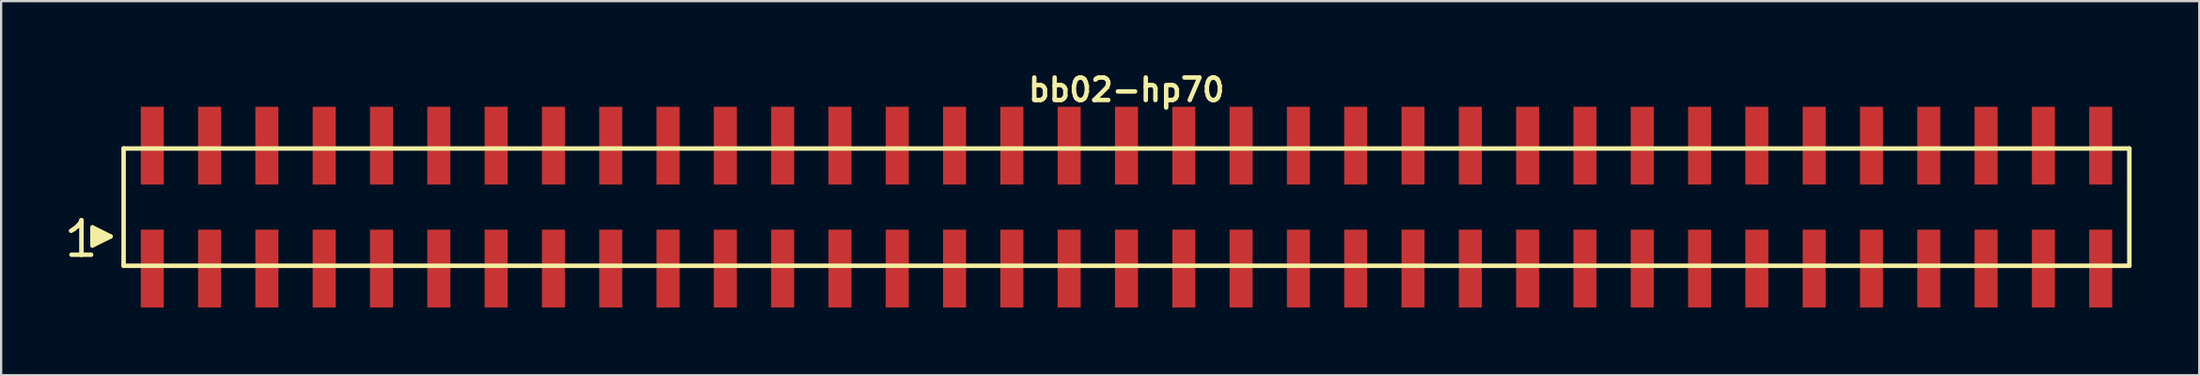
<source format=kicad_pcb>
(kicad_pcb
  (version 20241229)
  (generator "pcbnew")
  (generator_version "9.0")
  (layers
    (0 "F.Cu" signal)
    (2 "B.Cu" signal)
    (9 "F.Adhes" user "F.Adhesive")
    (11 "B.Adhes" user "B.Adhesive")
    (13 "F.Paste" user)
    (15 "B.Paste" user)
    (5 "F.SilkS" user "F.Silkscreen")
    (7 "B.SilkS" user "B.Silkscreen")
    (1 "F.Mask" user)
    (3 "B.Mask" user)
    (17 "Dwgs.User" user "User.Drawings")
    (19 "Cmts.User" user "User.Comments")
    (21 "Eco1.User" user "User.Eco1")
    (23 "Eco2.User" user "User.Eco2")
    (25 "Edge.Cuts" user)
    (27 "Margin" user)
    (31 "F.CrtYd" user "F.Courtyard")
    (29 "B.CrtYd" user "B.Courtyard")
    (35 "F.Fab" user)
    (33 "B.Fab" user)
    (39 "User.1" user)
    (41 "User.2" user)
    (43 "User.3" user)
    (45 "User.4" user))
  (footprint "bb02-hp70"
    (layer "F.Cu")
    (at 46.879 6.132)
    (property "Reference" "bb02-hp70" (at 0 -5.2 0) (layer "F.SilkS") (effects (font (size 0.998 0.998) (thickness 0.198))))
    (attr smd)
    (fp_line (start -46.78 1.05) (end -46.65 0.97) (stroke (width 0.198) (type solid)) (layer "F.SilkS"))
    (fp_line (start -46.65 0.97) (end -46.49 0.84) (stroke (width 0.198) (type solid)) (layer "F.SilkS"))
    (fp_line (start -46.49 0.84) (end -46.35 0.67) (stroke (width 0.198) (type solid)) (layer "F.SilkS"))
    (fp_line (start -46.35 0.67) (end -46.32 0.58) (stroke (width 0.198) (type solid)) (layer "F.SilkS"))
    (fp_line (start -46.32 0.58) (end -46.32 2.11) (stroke (width 0.198) (type solid)) (layer "F.SilkS"))
    (fp_line (start -46.32 2.11) (end -46.76 2.11) (stroke (width 0.198) (type solid)) (layer "F.SilkS"))
    (fp_line (start -45.89 2.11) (end -46.33 2.11) (stroke (width 0.198) (type solid)) (layer "F.SilkS"))
    (fp_line (start -45.83 0.9) (end -45.03 1.3) (stroke (width 0.198) (type solid)) (layer "F.SilkS"))
    (fp_line (start -45.83 1.7) (end -45.83 0.9) (stroke (width 0.198) (type solid)) (layer "F.SilkS"))
    (fp_line (start -45.73 1.6) (end -45.73 1) (stroke (width 0.198) (type solid)) (layer "F.SilkS"))
    (fp_line (start -45.63 1.1) (end -45.63 1.5) (stroke (width 0.198) (type solid)) (layer "F.SilkS"))
    (fp_line (start -45.53 1.5) (end -45.53 1.1) (stroke (width 0.198) (type solid)) (layer "F.SilkS"))
    (fp_line (start -45.43 1.2) (end -45.43 1.4) (stroke (width 0.198) (type solid)) (layer "F.SilkS"))
    (fp_line (start -45.33 1.4) (end -45.33 1.2) (stroke (width 0.198) (type solid)) (layer "F.SilkS"))
    (fp_line (start -45.03 1.3) (end -45.83 1.7) (stroke (width 0.198) (type solid)) (layer "F.SilkS"))
    (fp_line (start -44.45 -2.6) (end -44.45 2.6) (stroke (width 0.198) (type solid)) (layer "F.SilkS"))
    (fp_line (start -44.45 -2.6) (end 44.45 -2.6) (stroke (width 0.198) (type solid)) (layer "F.SilkS"))
    (fp_line (start 44.45 2.6) (end -44.45 2.6) (stroke (width 0.198) (type solid)) (layer "F.SilkS"))
    (fp_line (start 44.45 2.6) (end 44.45 -2.6) (stroke (width 0.198) (type solid)) (layer "F.SilkS"))
    (pad "1" smd rect (at -43.18 2.725) (size 1.02 3.45) (layers "F.Cu" "F.Mask" "F.Paste"))
    (pad "2" smd rect (at -43.18 -2.725) (size 1.02 3.45) (layers "F.Cu" "F.Mask" "F.Paste"))
    (pad "3" smd rect (at -40.64 2.725) (size 1.02 3.45) (layers "F.Cu" "F.Mask" "F.Paste"))
    (pad "4" smd rect (at -40.64 -2.725) (size 1.02 3.45) (layers "F.Cu" "F.Mask" "F.Paste"))
    (pad "5" smd rect (at -38.1 2.725) (size 1.02 3.45) (layers "F.Cu" "F.Mask" "F.Paste"))
    (pad "6" smd rect (at -38.1 -2.725) (size 1.02 3.45) (layers "F.Cu" "F.Mask" "F.Paste"))
    (pad "7" smd rect (at -35.56 2.725) (size 1.02 3.45) (layers "F.Cu" "F.Mask" "F.Paste"))
    (pad "8" smd rect (at -35.56 -2.725) (size 1.02 3.45) (layers "F.Cu" "F.Mask" "F.Paste"))
    (pad "9" smd rect (at -33.02 2.725) (size 1.02 3.45) (layers "F.Cu" "F.Mask" "F.Paste"))
    (pad "10" smd rect (at -33.02 -2.725) (size 1.02 3.45) (layers "F.Cu" "F.Mask" "F.Paste"))
    (pad "11" smd rect (at -30.48 2.725) (size 1.02 3.45) (layers "F.Cu" "F.Mask" "F.Paste"))
    (pad "12" smd rect (at -30.48 -2.725) (size 1.02 3.45) (layers "F.Cu" "F.Mask" "F.Paste"))
    (pad "13" smd rect (at -27.94 2.725) (size 1.02 3.45) (layers "F.Cu" "F.Mask" "F.Paste"))
    (pad "14" smd rect (at -27.94 -2.725) (size 1.02 3.45) (layers "F.Cu" "F.Mask" "F.Paste"))
    (pad "15" smd rect (at -25.4 2.725) (size 1.02 3.45) (layers "F.Cu" "F.Mask" "F.Paste"))
    (pad "16" smd rect (at -25.4 -2.725) (size 1.02 3.45) (layers "F.Cu" "F.Mask" "F.Paste"))
    (pad "17" smd rect (at -22.86 2.725) (size 1.02 3.45) (layers "F.Cu" "F.Mask" "F.Paste"))
    (pad "18" smd rect (at -22.86 -2.725) (size 1.02 3.45) (layers "F.Cu" "F.Mask" "F.Paste"))
    (pad "19" smd rect (at -20.32 2.725) (size 1.02 3.45) (layers "F.Cu" "F.Mask" "F.Paste"))
    (pad "20" smd rect (at -20.32 -2.725) (size 1.02 3.45) (layers "F.Cu" "F.Mask" "F.Paste"))
    (pad "21" smd rect (at -17.78 2.725) (size 1.02 3.45) (layers "F.Cu" "F.Mask" "F.Paste"))
    (pad "22" smd rect (at -17.78 -2.725) (size 1.02 3.45) (layers "F.Cu" "F.Mask" "F.Paste"))
    (pad "23" smd rect (at -15.24 2.725) (size 1.02 3.45) (layers "F.Cu" "F.Mask" "F.Paste"))
    (pad "24" smd rect (at -15.24 -2.725) (size 1.02 3.45) (layers "F.Cu" "F.Mask" "F.Paste"))
    (pad "25" smd rect (at -12.7 2.725) (size 1.02 3.45) (layers "F.Cu" "F.Mask" "F.Paste"))
    (pad "26" smd rect (at -12.7 -2.725) (size 1.02 3.45) (layers "F.Cu" "F.Mask" "F.Paste"))
    (pad "27" smd rect (at -10.16 2.725) (size 1.02 3.45) (layers "F.Cu" "F.Mask" "F.Paste"))
    (pad "28" smd rect (at -10.16 -2.725) (size 1.02 3.45) (layers "F.Cu" "F.Mask" "F.Paste"))
    (pad "29" smd rect (at -7.62 2.725) (size 1.02 3.45) (layers "F.Cu" "F.Mask" "F.Paste"))
    (pad "30" smd rect (at -7.62 -2.725) (size 1.02 3.45) (layers "F.Cu" "F.Mask" "F.Paste"))
    (pad "31" smd rect (at -5.08 2.725) (size 1.02 3.45) (layers "F.Cu" "F.Mask" "F.Paste"))
    (pad "32" smd rect (at -5.08 -2.725) (size 1.02 3.45) (layers "F.Cu" "F.Mask" "F.Paste"))
    (pad "33" smd rect (at -2.54 2.725) (size 1.02 3.45) (layers "F.Cu" "F.Mask" "F.Paste"))
    (pad "34" smd rect (at -2.54 -2.725) (size 1.02 3.45) (layers "F.Cu" "F.Mask" "F.Paste"))
    (pad "35" smd rect (at 0 2.725) (size 1.02 3.45) (layers "F.Cu" "F.Mask" "F.Paste"))
    (pad "36" smd rect (at 0 -2.725) (size 1.02 3.45) (layers "F.Cu" "F.Mask" "F.Paste"))
    (pad "37" smd rect (at 2.54 2.725) (size 1.02 3.45) (layers "F.Cu" "F.Mask" "F.Paste"))
    (pad "38" smd rect (at 2.54 -2.725) (size 1.02 3.45) (layers "F.Cu" "F.Mask" "F.Paste"))
    (pad "39" smd rect (at 5.08 2.725) (size 1.02 3.45) (layers "F.Cu" "F.Mask" "F.Paste"))
    (pad "40" smd rect (at 5.08 -2.725) (size 1.02 3.45) (layers "F.Cu" "F.Mask" "F.Paste"))
    (pad "41" smd rect (at 7.62 2.725) (size 1.02 3.45) (layers "F.Cu" "F.Mask" "F.Paste"))
    (pad "42" smd rect (at 7.62 -2.725) (size 1.02 3.45) (layers "F.Cu" "F.Mask" "F.Paste"))
    (pad "43" smd rect (at 10.16 2.725) (size 1.02 3.45) (layers "F.Cu" "F.Mask" "F.Paste"))
    (pad "44" smd rect (at 10.16 -2.725) (size 1.02 3.45) (layers "F.Cu" "F.Mask" "F.Paste"))
    (pad "45" smd rect (at 12.7 2.725) (size 1.02 3.45) (layers "F.Cu" "F.Mask" "F.Paste"))
    (pad "46" smd rect (at 12.7 -2.725) (size 1.02 3.45) (layers "F.Cu" "F.Mask" "F.Paste"))
    (pad "47" smd rect (at 15.24 2.725) (size 1.02 3.45) (layers "F.Cu" "F.Mask" "F.Paste"))
    (pad "48" smd rect (at 15.24 -2.725) (size 1.02 3.45) (layers "F.Cu" "F.Mask" "F.Paste"))
    (pad "49" smd rect (at 17.78 2.725) (size 1.02 3.45) (layers "F.Cu" "F.Mask" "F.Paste"))
    (pad "50" smd rect (at 17.78 -2.725) (size 1.02 3.45) (layers "F.Cu" "F.Mask" "F.Paste"))
    (pad "51" smd rect (at 20.32 2.725) (size 1.02 3.45) (layers "F.Cu" "F.Mask" "F.Paste"))
    (pad "52" smd rect (at 20.32 -2.725) (size 1.02 3.45) (layers "F.Cu" "F.Mask" "F.Paste"))
    (pad "53" smd rect (at 22.86 2.725) (size 1.02 3.45) (layers "F.Cu" "F.Mask" "F.Paste"))
    (pad "54" smd rect (at 22.86 -2.725) (size 1.02 3.45) (layers "F.Cu" "F.Mask" "F.Paste"))
    (pad "55" smd rect (at 25.4 2.725) (size 1.02 3.45) (layers "F.Cu" "F.Mask" "F.Paste"))
    (pad "56" smd rect (at 25.4 -2.725) (size 1.02 3.45) (layers "F.Cu" "F.Mask" "F.Paste"))
    (pad "57" smd rect (at 27.94 2.725) (size 1.02 3.45) (layers "F.Cu" "F.Mask" "F.Paste"))
    (pad "58" smd rect (at 27.94 -2.725) (size 1.02 3.45) (layers "F.Cu" "F.Mask" "F.Paste"))
    (pad "59" smd rect (at 30.48 2.725) (size 1.02 3.45) (layers "F.Cu" "F.Mask" "F.Paste"))
    (pad "60" smd rect (at 30.48 -2.725) (size 1.02 3.45) (layers "F.Cu" "F.Mask" "F.Paste"))
    (pad "61" smd rect (at 33.02 2.725) (size 1.02 3.45) (layers "F.Cu" "F.Mask" "F.Paste"))
    (pad "62" smd rect (at 33.02 -2.725) (size 1.02 3.45) (layers "F.Cu" "F.Mask" "F.Paste"))
    (pad "63" smd rect (at 35.56 2.725) (size 1.02 3.45) (layers "F.Cu" "F.Mask" "F.Paste"))
    (pad "64" smd rect (at 35.56 -2.725) (size 1.02 3.45) (layers "F.Cu" "F.Mask" "F.Paste"))
    (pad "65" smd rect (at 38.1 2.725) (size 1.02 3.45) (layers "F.Cu" "F.Mask" "F.Paste"))
    (pad "66" smd rect (at 38.1 -2.725) (size 1.02 3.45) (layers "F.Cu" "F.Mask" "F.Paste"))
    (pad "67" smd rect (at 40.64 2.725) (size 1.02 3.45) (layers "F.Cu" "F.Mask" "F.Paste"))
    (pad "68" smd rect (at 40.64 -2.725) (size 1.02 3.45) (layers "F.Cu" "F.Mask" "F.Paste"))
    (pad "69" smd rect (at 43.18 2.725) (size 1.02 3.45) (layers "F.Cu" "F.Mask" "F.Paste"))
    (pad "70" smd rect (at 43.18 -2.725) (size 1.02 3.45) (layers "F.Cu" "F.Mask" "F.Paste")))
  (gr_rect
    (start -3 -3)
    (end 94.428 13.582)
    (stroke (width 0.1) (type default))
    (fill no)
    (layer "Edge.Cuts")))
</source>
